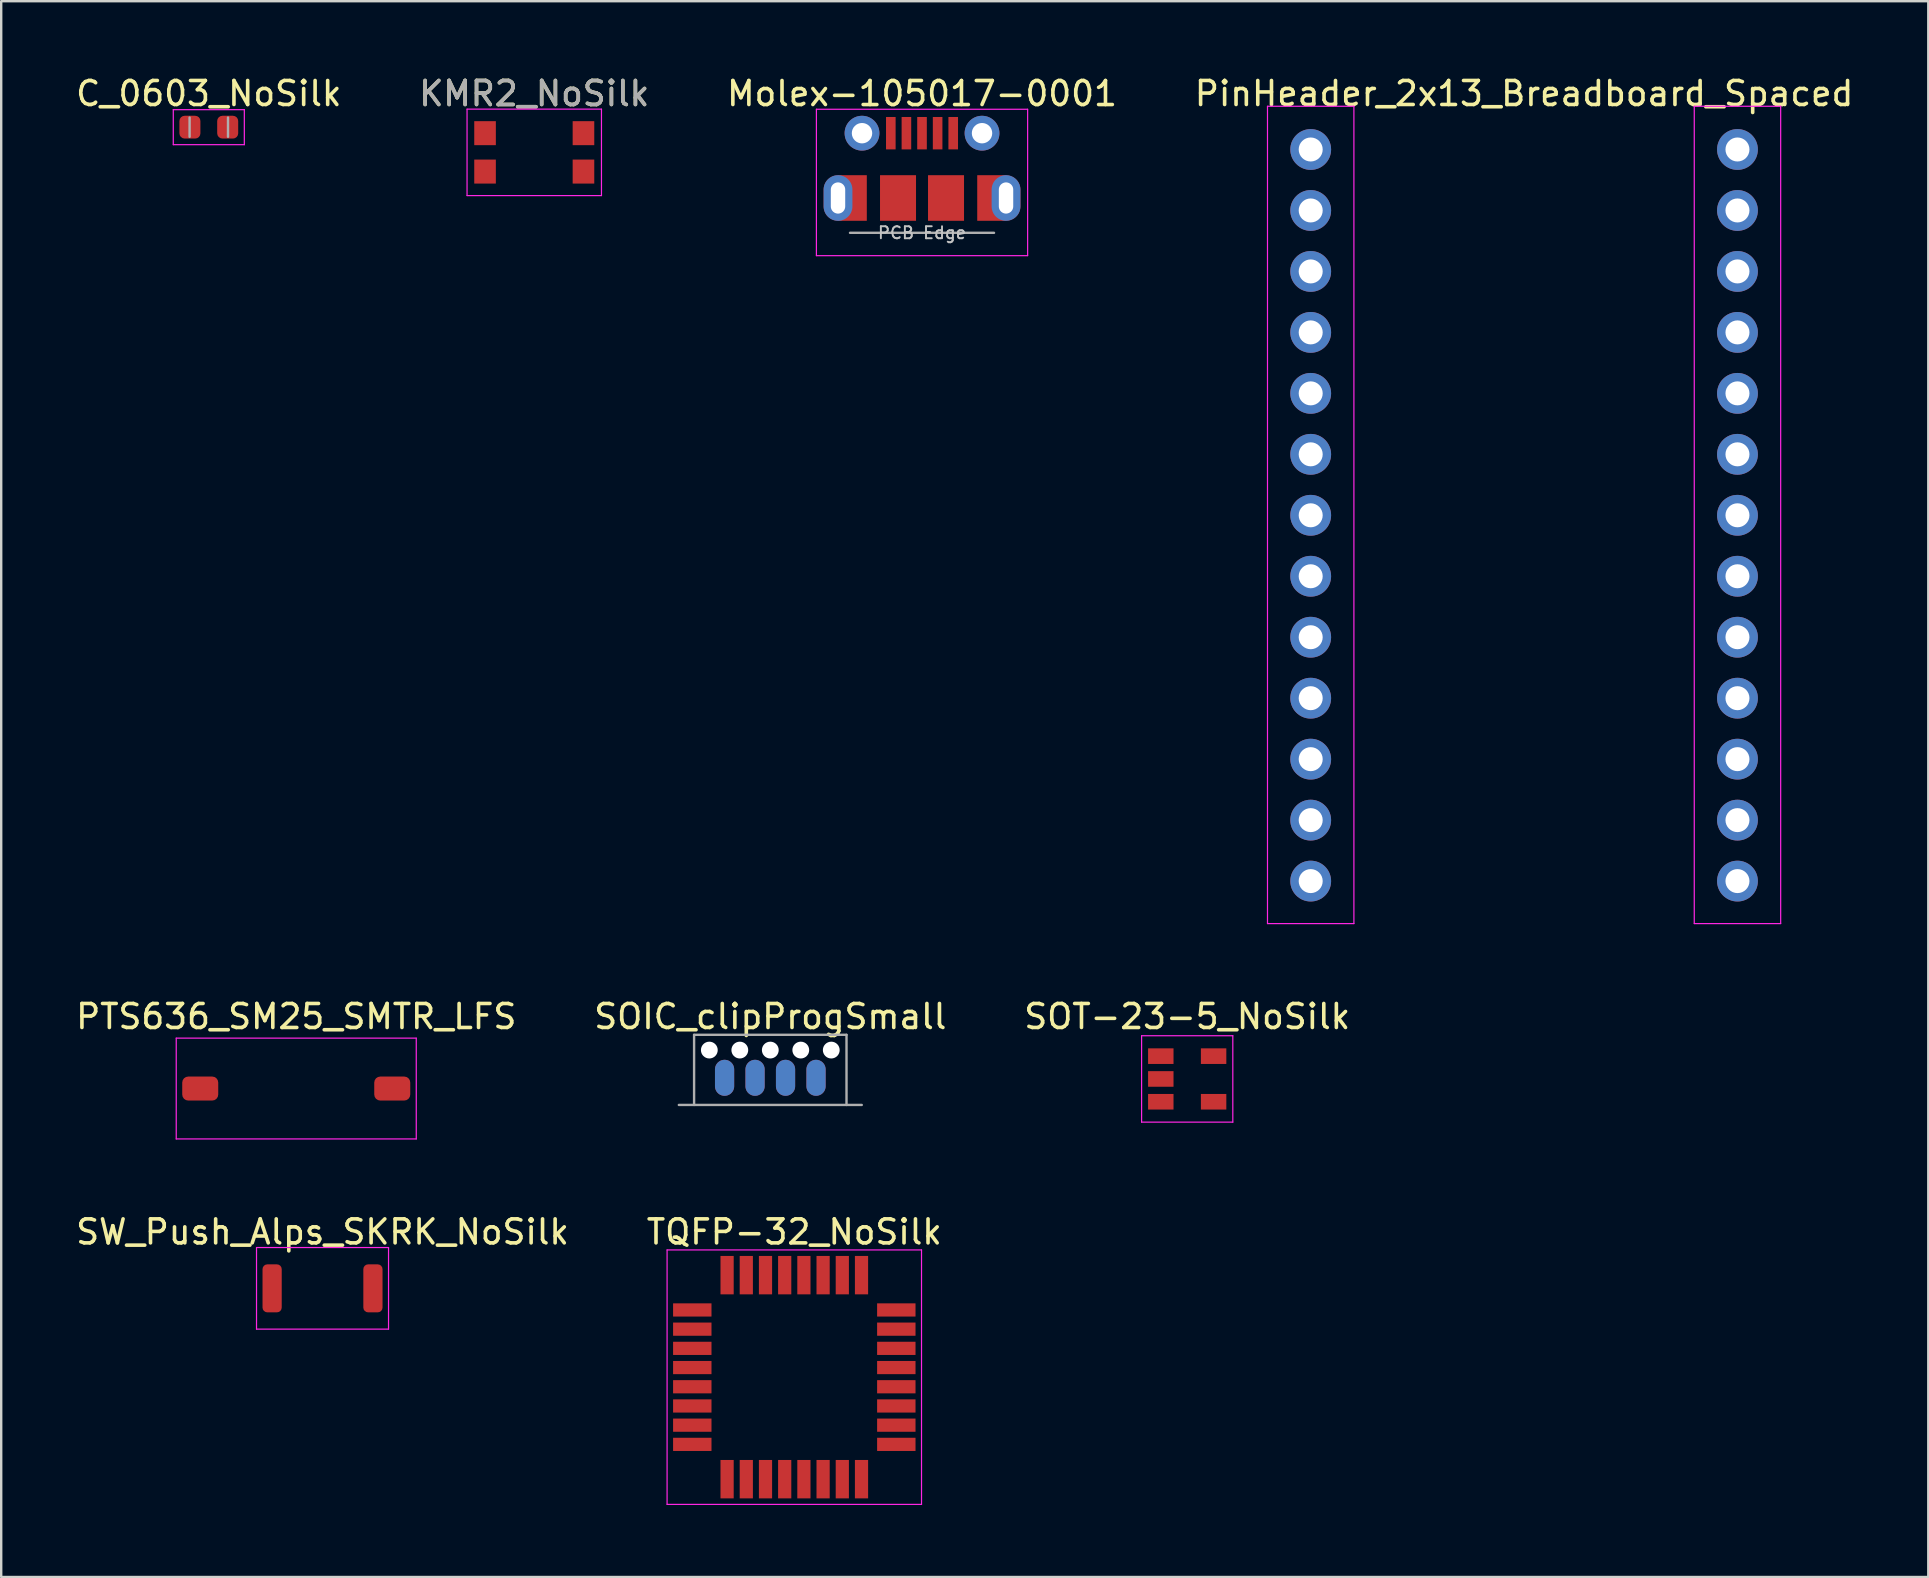
<source format=kicad_pcb>
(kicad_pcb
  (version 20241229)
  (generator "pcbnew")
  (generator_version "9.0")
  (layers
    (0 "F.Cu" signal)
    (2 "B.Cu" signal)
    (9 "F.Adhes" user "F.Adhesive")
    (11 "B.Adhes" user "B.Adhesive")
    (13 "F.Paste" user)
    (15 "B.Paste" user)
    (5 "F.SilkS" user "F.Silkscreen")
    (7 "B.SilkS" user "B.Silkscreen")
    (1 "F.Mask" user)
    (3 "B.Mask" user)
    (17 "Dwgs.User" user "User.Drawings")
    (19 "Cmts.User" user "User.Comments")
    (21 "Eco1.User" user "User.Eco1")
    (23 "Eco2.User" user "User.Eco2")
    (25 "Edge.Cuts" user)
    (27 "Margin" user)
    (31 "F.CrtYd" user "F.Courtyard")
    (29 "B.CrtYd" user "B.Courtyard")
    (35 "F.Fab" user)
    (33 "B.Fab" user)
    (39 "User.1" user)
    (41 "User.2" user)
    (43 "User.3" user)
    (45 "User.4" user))
  (footprint "SW_Push_Alps_SKRK_NoSilk"
    (layer "F.Cu")
    (at 10.387 50.625)
    (property "Reference" "SW_Push_Alps_SKRK_NoSilk" (at 0 -2.35 0) (layer "F.SilkS") (effects (font (size 1 1) (thickness 0.15))))
    (attr smd)
    (fp_line (start -2.75 -1.7) (end 2.75 -1.7) (stroke (width 0.05) (type solid)) (layer "F.CrtYd"))
    (fp_line (start -2.75 1.7) (end -2.75 -1.7) (stroke (width 0.05) (type solid)) (layer "F.CrtYd"))
    (fp_line (start 2.75 -1.7) (end 2.75 1.7) (stroke (width 0.05) (type solid)) (layer "F.CrtYd"))
    (fp_line (start 2.75 1.7) (end -2.75 1.7) (stroke (width 0.05) (type solid)) (layer "F.CrtYd"))
    (pad "1" smd roundrect (at -2.1 0) (size 0.8 2) (layers "F.Cu" "F.Mask" "F.Paste") (roundrect_rratio 0.25))
    (pad "2" smd roundrect (at 2.1 0) (size 0.8 2) (layers "F.Cu" "F.Mask" "F.Paste") (roundrect_rratio 0.25)))
  (footprint "Molex-105017-0001"
    (layer "F.Cu")
    (at 35.363 3.961)
    (property "Reference" "Molex-105017-0001" (at 0 -3.112 0) (layer "F.SilkS") (effects (font (size 1 1) (thickness 0.15))))
    (attr smd)
    (fp_line (start -4.4 -2.46) (end 4.4 -2.46) (stroke (width 0.05) (type solid)) (layer "F.CrtYd"))
    (fp_line (start -4.4 3.64) (end -4.4 -2.46) (stroke (width 0.05) (type solid)) (layer "F.CrtYd"))
    (fp_line (start -4.4 3.64) (end 4.4 3.64) (stroke (width 0.05) (type solid)) (layer "F.CrtYd"))
    (fp_line (start 4.4 -2.46) (end 4.4 3.64) (stroke (width 0.05) (type solid)) (layer "F.CrtYd"))
    (fp_line (start -3 2.689) (end 3 2.689) (stroke (width 0.1) (type solid)) (layer "F.Fab"))
    (fp_text user "PCB Edge" (at 0 2.688 0) (layer "Dwgs.User") (effects (font (size 0.5 0.5) (thickness 0.08))))
    (pad "1" smd rect (at -1.3 -1.462) (size 0.4 1.35) (layers "F.Cu" "F.Mask" "F.Paste"))
    (pad "2" smd rect (at -0.65 -1.462) (size 0.4 1.35) (layers "F.Cu" "F.Mask" "F.Paste"))
    (pad "3" smd rect (at 0 -1.462) (size 0.4 1.35) (layers "F.Cu" "F.Mask" "F.Paste"))
    (pad "4" smd rect (at 0.65 -1.462) (size 0.4 1.35) (layers "F.Cu" "F.Mask" "F.Paste"))
    (pad "5" smd rect (at 1.3 -1.462) (size 0.4 1.35) (layers "F.Cu" "F.Mask" "F.Paste"))
    (pad "6" thru_hole oval (at -3.5 1.238 180) (size 1.2 1.9) (drill oval 0.6 1.3) (layers "*.Cu" "*.Mask"))
    (pad "6" smd rect (at -2.9 1.238) (size 1.2 1.9) (layers "F.Cu" "F.Mask"))
    (pad "6" thru_hole circle (at -2.5 -1.462) (size 1.45 1.45) (drill 0.85) (layers "*.Cu" "*.Mask"))
    (pad "6" smd rect (at -1 1.238) (size 1.5 1.9) (layers "F.Cu" "F.Mask" "F.Paste"))
    (pad "6" smd rect (at 1 1.238) (size 1.5 1.9) (layers "F.Cu" "F.Mask" "F.Paste"))
    (pad "6" thru_hole circle (at 2.5 -1.462) (size 1.45 1.45) (drill 0.85) (layers "*.Cu" "*.Mask"))
    (pad "6" smd rect (at 2.9 1.238) (size 1.2 1.9) (layers "F.Cu" "F.Mask"))
    (pad "6" thru_hole oval (at 3.5 1.238) (size 1.2 1.9) (drill oval 0.6 1.3) (layers "*.Cu" "*.Mask")))
  (footprint "PinHeader_2x13_Breadboard_Spaced"
    (layer "F.Cu")
    (at 60.446 18.418)
    (property "Reference" "PinHeader_2x13_Breadboard_Spaced" (at 0 -17.57 0) (layer "F.SilkS") (effects (font (size 1 1) (thickness 0.15))))
    (attr through_hole)
    (fp_line (start -10.69 -17.04) (end -10.69 17.01) (stroke (width 0.05) (type solid)) (layer "F.CrtYd"))
    (fp_line (start -10.69 17.01) (end -7.09 17.01) (stroke (width 0.05) (type solid)) (layer "F.CrtYd"))
    (fp_line (start -7.09 -17.04) (end -10.69 -17.04) (stroke (width 0.05) (type solid)) (layer "F.CrtYd"))
    (fp_line (start -7.09 17.01) (end -7.09 -17.04) (stroke (width 0.05) (type solid)) (layer "F.CrtYd"))
    (fp_line (start 7.09 -17.04) (end 7.09 17.01) (stroke (width 0.05) (type solid)) (layer "F.CrtYd"))
    (fp_line (start 7.09 17.01) (end 10.69 17.01) (stroke (width 0.05) (type solid)) (layer "F.CrtYd"))
    (fp_line (start 10.69 -17.04) (end 7.09 -17.04) (stroke (width 0.05) (type solid)) (layer "F.CrtYd"))
    (fp_line (start 10.69 17.01) (end 10.69 -17.04) (stroke (width 0.05) (type solid)) (layer "F.CrtYd"))
    (pad "1" thru_hole circle (at -8.89 -15.24) (size 1.7 1.7) (drill 1) (layers "*.Cu" "*.Mask"))
    (pad "2" thru_hole oval (at -8.89 -12.7) (size 1.7 1.7) (drill 1) (layers "*.Cu" "*.Mask"))
    (pad "3" thru_hole oval (at -8.89 -10.16) (size 1.7 1.7) (drill 1) (layers "*.Cu" "*.Mask"))
    (pad "4" thru_hole oval (at -8.89 -7.62) (size 1.7 1.7) (drill 1) (layers "*.Cu" "*.Mask"))
    (pad "5" thru_hole oval (at -8.89 -5.08) (size 1.7 1.7) (drill 1) (layers "*.Cu" "*.Mask"))
    (pad "6" thru_hole oval (at -8.89 -2.54) (size 1.7 1.7) (drill 1) (layers "*.Cu" "*.Mask"))
    (pad "7" thru_hole oval (at -8.89 0) (size 1.7 1.7) (drill 1) (layers "*.Cu" "*.Mask"))
    (pad "8" thru_hole oval (at -8.89 2.54) (size 1.7 1.7) (drill 1) (layers "*.Cu" "*.Mask"))
    (pad "9" thru_hole oval (at -8.89 5.08) (size 1.7 1.7) (drill 1) (layers "*.Cu" "*.Mask"))
    (pad "10" thru_hole oval (at -8.89 7.62) (size 1.7 1.7) (drill 1) (layers "*.Cu" "*.Mask"))
    (pad "11" thru_hole oval (at -8.89 10.16) (size 1.7 1.7) (drill 1) (layers "*.Cu" "*.Mask"))
    (pad "12" thru_hole oval (at -8.89 12.7) (size 1.7 1.7) (drill 1) (layers "*.Cu" "*.Mask"))
    (pad "13" thru_hole oval (at -8.89 15.24) (size 1.7 1.7) (drill 1) (layers "*.Cu" "*.Mask"))
    (pad "14" thru_hole oval (at 8.89 15.24) (size 1.7 1.7) (drill 1) (layers "*.Cu" "*.Mask"))
    (pad "15" thru_hole oval (at 8.89 12.7) (size 1.7 1.7) (drill 1) (layers "*.Cu" "*.Mask"))
    (pad "16" thru_hole oval (at 8.89 10.16) (size 1.7 1.7) (drill 1) (layers "*.Cu" "*.Mask"))
    (pad "17" thru_hole oval (at 8.89 7.62) (size 1.7 1.7) (drill 1) (layers "*.Cu" "*.Mask"))
    (pad "18" thru_hole oval (at 8.89 5.08) (size 1.7 1.7) (drill 1) (layers "*.Cu" "*.Mask"))
    (pad "19" thru_hole oval (at 8.89 2.54) (size 1.7 1.7) (drill 1) (layers "*.Cu" "*.Mask"))
    (pad "20" thru_hole oval (at 8.89 0) (size 1.7 1.7) (drill 1) (layers "*.Cu" "*.Mask"))
    (pad "21" thru_hole oval (at 8.89 -2.54) (size 1.7 1.7) (drill 1) (layers "*.Cu" "*.Mask"))
    (pad "22" thru_hole oval (at 8.89 -5.08) (size 1.7 1.7) (drill 1) (layers "*.Cu" "*.Mask"))
    (pad "23" thru_hole oval (at 8.89 -7.62) (size 1.7 1.7) (drill 1) (layers "*.Cu" "*.Mask"))
    (pad "24" thru_hole oval (at 8.89 -10.16) (size 1.7 1.7) (drill 1) (layers "*.Cu" "*.Mask"))
    (pad "25" thru_hole oval (at 8.89 -12.7) (size 1.7 1.7) (drill 1) (layers "*.Cu" "*.Mask"))
    (pad "26" thru_hole circle (at 8.89 -15.24) (size 1.7 1.7) (drill 1) (layers "*.Cu" "*.Mask")))
  (footprint "PTS636_SM25_SMTR_LFS"
    (layer "F.Cu")
    (at 9.292 42.301)
    (property "Reference" "PTS636_SM25_SMTR_LFS" (at 0 -3 0) (layer "F.SilkS") (effects (font (size 1 1) (thickness 0.15))))
    (attr through_hole)
    (fp_line (start -5 -2.1) (end 5 -2.1) (stroke (width 0.05) (type solid)) (layer "F.CrtYd"))
    (fp_line (start -5 2.1) (end -5 -2.1) (stroke (width 0.05) (type solid)) (layer "F.CrtYd"))
    (fp_line (start 5 -2.1) (end 5 2.1) (stroke (width 0.05) (type solid)) (layer "F.CrtYd"))
    (fp_line (start 5 2.1) (end -5 2.1) (stroke (width 0.05) (type solid)) (layer "F.CrtYd"))
    (pad "1" smd roundrect (at -4 0) (size 1.5 1) (layers "F.Cu" "F.Mask" "F.Paste") (roundrect_rratio 0.25))
    (pad "2" smd roundrect (at 4 0) (size 1.5 1) (layers "F.Cu" "F.Mask" "F.Paste") (roundrect_rratio 0.25)))
  (footprint "TQFP-32_NoSilk"
    (layer "F.Cu")
    (at 30.042 54.325)
    (property "Reference" "TQFP-32_NoSilk" (at 0 -6.05 0) (layer "F.SilkS") (effects (font (size 1 1) (thickness 0.15))))
    (attr smd)
    (fp_line (start -5.3 -5.3) (end -5.3 5.3) (stroke (width 0.05) (type solid)) (layer "F.CrtYd"))
    (fp_line (start -5.3 -5.3) (end 5.3 -5.3) (stroke (width 0.05) (type solid)) (layer "F.CrtYd"))
    (fp_line (start -5.3 5.3) (end 5.3 5.3) (stroke (width 0.05) (type solid)) (layer "F.CrtYd"))
    (fp_line (start 5.3 -5.3) (end 5.3 5.3) (stroke (width 0.05) (type solid)) (layer "F.CrtYd"))
    (pad "1" smd rect (at -4.25 -2.8) (size 1.6 0.55) (layers "F.Cu" "F.Mask" "F.Paste"))
    (pad "2" smd rect (at -4.25 -2) (size 1.6 0.55) (layers "F.Cu" "F.Mask" "F.Paste"))
    (pad "3" smd rect (at -4.25 -1.2) (size 1.6 0.55) (layers "F.Cu" "F.Mask" "F.Paste"))
    (pad "4" smd rect (at -4.25 -0.4) (size 1.6 0.55) (layers "F.Cu" "F.Mask" "F.Paste"))
    (pad "5" smd rect (at -4.25 0.4) (size 1.6 0.55) (layers "F.Cu" "F.Mask" "F.Paste"))
    (pad "6" smd rect (at -4.25 1.2) (size 1.6 0.55) (layers "F.Cu" "F.Mask" "F.Paste"))
    (pad "7" smd rect (at -4.25 2) (size 1.6 0.55) (layers "F.Cu" "F.Mask" "F.Paste"))
    (pad "8" smd rect (at -4.25 2.8) (size 1.6 0.55) (layers "F.Cu" "F.Mask" "F.Paste"))
    (pad "9" smd rect (at -2.8 4.25 90) (size 1.6 0.55) (layers "F.Cu" "F.Mask" "F.Paste"))
    (pad "10" smd rect (at -2 4.25 90) (size 1.6 0.55) (layers "F.Cu" "F.Mask" "F.Paste"))
    (pad "11" smd rect (at -1.2 4.25 90) (size 1.6 0.55) (layers "F.Cu" "F.Mask" "F.Paste"))
    (pad "12" smd rect (at -0.4 4.25 90) (size 1.6 0.55) (layers "F.Cu" "F.Mask" "F.Paste"))
    (pad "13" smd rect (at 0.4 4.25 90) (size 1.6 0.55) (layers "F.Cu" "F.Mask" "F.Paste"))
    (pad "14" smd rect (at 1.2 4.25 90) (size 1.6 0.55) (layers "F.Cu" "F.Mask" "F.Paste"))
    (pad "15" smd rect (at 2 4.25 90) (size 1.6 0.55) (layers "F.Cu" "F.Mask" "F.Paste"))
    (pad "16" smd rect (at 2.8 4.25 90) (size 1.6 0.55) (layers "F.Cu" "F.Mask" "F.Paste"))
    (pad "17" smd rect (at 4.25 2.8) (size 1.6 0.55) (layers "F.Cu" "F.Mask" "F.Paste"))
    (pad "18" smd rect (at 4.25 2) (size 1.6 0.55) (layers "F.Cu" "F.Mask" "F.Paste"))
    (pad "19" smd rect (at 4.25 1.2) (size 1.6 0.55) (layers "F.Cu" "F.Mask" "F.Paste"))
    (pad "20" smd rect (at 4.25 0.4) (size 1.6 0.55) (layers "F.Cu" "F.Mask" "F.Paste"))
    (pad "21" smd rect (at 4.25 -0.4) (size 1.6 0.55) (layers "F.Cu" "F.Mask" "F.Paste"))
    (pad "22" smd rect (at 4.25 -1.2) (size 1.6 0.55) (layers "F.Cu" "F.Mask" "F.Paste"))
    (pad "23" smd rect (at 4.25 -2) (size 1.6 0.55) (layers "F.Cu" "F.Mask" "F.Paste"))
    (pad "24" smd rect (at 4.25 -2.8) (size 1.6 0.55) (layers "F.Cu" "F.Mask" "F.Paste"))
    (pad "25" smd rect (at 2.8 -4.25 90) (size 1.6 0.55) (layers "F.Cu" "F.Mask" "F.Paste"))
    (pad "26" smd rect (at 2 -4.25 90) (size 1.6 0.55) (layers "F.Cu" "F.Mask" "F.Paste"))
    (pad "27" smd rect (at 1.2 -4.25 90) (size 1.6 0.55) (layers "F.Cu" "F.Mask" "F.Paste"))
    (pad "28" smd rect (at 0.4 -4.25 90) (size 1.6 0.55) (layers "F.Cu" "F.Mask" "F.Paste"))
    (pad "29" smd rect (at -0.4 -4.25 90) (size 1.6 0.55) (layers "F.Cu" "F.Mask" "F.Paste"))
    (pad "30" smd rect (at -1.2 -4.25 90) (size 1.6 0.55) (layers "F.Cu" "F.Mask" "F.Paste"))
    (pad "31" smd rect (at -2 -4.25 90) (size 1.6 0.55) (layers "F.Cu" "F.Mask" "F.Paste"))
    (pad "32" smd rect (at -2.8 -4.25 90) (size 1.6 0.55) (layers "F.Cu" "F.Mask" "F.Paste")))
  (footprint "KMR2_NoSilk"
    (layer "F.Cu")
    (at 19.208 3.298)
    (property "Reference" "KMR2_NoSilk" (at 0 -2.45 0) (layer "F.SilkS") (effects (font (size 1 1) (thickness 0.15))))
    (attr smd)
    (fp_line (start -2.8 -1.8) (end 2.8 -1.8) (stroke (width 0.05) (type solid)) (layer "F.CrtYd"))
    (fp_line (start -2.8 1.8) (end -2.8 -1.8) (stroke (width 0.05) (type solid)) (layer "F.CrtYd"))
    (fp_line (start 2.8 -1.8) (end 2.8 1.8) (stroke (width 0.05) (type solid)) (layer "F.CrtYd"))
    (fp_line (start 2.8 1.8) (end -2.8 1.8) (stroke (width 0.05) (type solid)) (layer "F.CrtYd"))
    (fp_text user "${REFERENCE}" (at 0 -2.45 0) (layer "F.Fab") (effects (font (size 1 1) (thickness 0.15))))
    (pad "1" smd rect (at -2.05 -0.8) (size 0.9 1) (layers "F.Cu" "F.Mask" "F.Paste"))
    (pad "1" smd rect (at 2.05 -0.8) (size 0.9 1) (layers "F.Cu" "F.Mask" "F.Paste"))
    (pad "2" smd rect (at -2.05 0.8) (size 0.9 1) (layers "F.Cu" "F.Mask" "F.Paste"))
    (pad "2" smd rect (at 2.05 0.8) (size 0.9 1) (layers "F.Cu" "F.Mask" "F.Paste")))
  (footprint "C_0603_NoSilk"
    (layer "F.Cu")
    (at 5.649 2.248)
    (property "Reference" "C_0603_NoSilk" (at 0 -1.4 0) (layer "F.SilkS") (effects (font (size 1 1) (thickness 0.15))))
    (attr smd)
    (fp_line (start -1.48 -0.73) (end 1.48 -0.73) (stroke (width 0.05) (type solid)) (layer "F.CrtYd"))
    (fp_line (start -1.48 0.73) (end -1.48 -0.73) (stroke (width 0.05) (type solid)) (layer "F.CrtYd"))
    (fp_line (start 1.48 -0.73) (end 1.48 0.73) (stroke (width 0.05) (type solid)) (layer "F.CrtYd"))
    (fp_line (start 1.48 0.73) (end -1.48 0.73) (stroke (width 0.05) (type solid)) (layer "F.CrtYd"))
    (fp_line (start -0.8 0.4) (end -0.8 -0.4) (stroke (width 0.1) (type solid)) (layer "F.Fab"))
    (fp_line (start 0.8 -0.4) (end 0.8 0.4) (stroke (width 0.1) (type solid)) (layer "F.Fab"))
    (pad "1" smd roundrect (at -0.787 0) (size 0.875 0.95) (layers "F.Cu" "F.Mask" "F.Paste") (roundrect_rratio 0.25))
    (pad "2" smd roundrect (at 0.787 0) (size 0.875 0.95) (layers "F.Cu" "F.Mask" "F.Paste") (roundrect_rratio 0.25)))
  (footprint "SOIC_clipProgSmall"
    (layer "F.Cu")
    (at 29.042 42.603)
    (property "Reference" "SOIC_clipProgSmall" (at 0 -3.302 0) (layer "F.SilkS") (effects (font (size 1 1) (thickness 0.15))))
    (attr through_hole)
    (fp_line (start -3.81 0.381) (end 3.81 0.381) (stroke (width 0.1) (type solid)) (layer "F.Fab"))
    (fp_line (start -3.175 -2.54) (end -3.175 0.381) (stroke (width 0.1) (type solid)) (layer "F.Fab"))
    (fp_line (start 3.175 -2.54) (end -3.175 -2.54) (stroke (width 0.1) (type solid)) (layer "F.Fab"))
    (fp_line (start 3.175 0.381) (end 3.175 -2.54) (stroke (width 0.1) (type solid)) (layer "F.Fab"))
    (pad "" np_thru_hole circle (at -2.54 -1.905) (size 0.7 0.7) (drill 0.7) (layers "*.Cu" "*.Mask"))
    (pad "" np_thru_hole circle (at -1.27 -1.905) (size 0.7 0.7) (drill 0.7) (layers "*.Cu" "*.Mask"))
    (pad "" np_thru_hole circle (at 0 -1.905) (size 0.7 0.7) (drill 0.7) (layers "*.Cu" "*.Mask"))
    (pad "" np_thru_hole circle (at 1.27 -1.905) (size 0.7 0.7) (drill 0.7) (layers "*.Cu" "*.Mask"))
    (pad "" np_thru_hole circle (at 2.54 -1.905) (size 0.7 0.7) (drill 0.7) (layers "*.Cu" "*.Mask"))
    (pad "1" smd oval (at 1.905 -0.75) (size 0.8 1.5) (layers "F.Cu" "F.Mask"))
    (pad "2" smd oval (at 0.635 -0.75) (size 0.8 1.5) (layers "F.Cu" "F.Mask"))
    (pad "3" smd oval (at -0.635 -0.75) (size 0.8 1.5) (layers "F.Cu" "F.Mask"))
    (pad "4" smd oval (at -1.905 -0.75) (size 0.8 1.5) (layers "F.Cu" "F.Mask"))
    (pad "5" smd oval (at -1.905 -0.75) (size 0.8 1.5) (layers "B.Cu" "B.Mask"))
    (pad "6" smd oval (at -0.635 -0.75) (size 0.8 1.5) (layers "B.Cu" "B.Mask"))
    (pad "7" smd oval (at 0.635 -0.75) (size 0.8 1.5) (layers "B.Cu" "B.Mask"))
    (pad "8" smd oval (at 1.905 -0.75) (size 0.8 1.5) (layers "B.Cu" "B.Mask")))
  (footprint "SOT-23-5_NoSilk"
    (layer "F.Cu")
    (at 46.411 41.901)
    (property "Reference" "SOT-23-5_NoSilk" (at 0 -2.6 0) (layer "F.SilkS") (effects (font (size 1 1) (thickness 0.15))))
    (attr smd)
    (fp_line (start -1.9 -1.8) (end 1.9 -1.8) (stroke (width 0.05) (type solid)) (layer "F.CrtYd"))
    (fp_line (start -1.9 1.8) (end -1.9 -1.8) (stroke (width 0.05) (type solid)) (layer "F.CrtYd"))
    (fp_line (start 1.9 -1.8) (end 1.9 1.8) (stroke (width 0.05) (type solid)) (layer "F.CrtYd"))
    (fp_line (start 1.9 1.8) (end -1.9 1.8) (stroke (width 0.05) (type solid)) (layer "F.CrtYd"))
    (pad "1" smd rect (at -1.1 -0.95) (size 1.06 0.65) (layers "F.Cu" "F.Mask" "F.Paste"))
    (pad "2" smd rect (at -1.1 0) (size 1.06 0.65) (layers "F.Cu" "F.Mask" "F.Paste"))
    (pad "3" smd rect (at -1.1 0.95) (size 1.06 0.65) (layers "F.Cu" "F.Mask" "F.Paste"))
    (pad "4" smd rect (at 1.1 0.95) (size 1.06 0.65) (layers "F.Cu" "F.Mask" "F.Paste"))
    (pad "5" smd rect (at 1.1 -0.95) (size 1.06 0.65) (layers "F.Cu" "F.Mask" "F.Paste")))
  (gr_rect
    (start -3 -3)
    (end 77.286 62.65)
    (stroke (width 0.1) (type default))
    (fill no)
    (layer "Edge.Cuts")))
</source>
